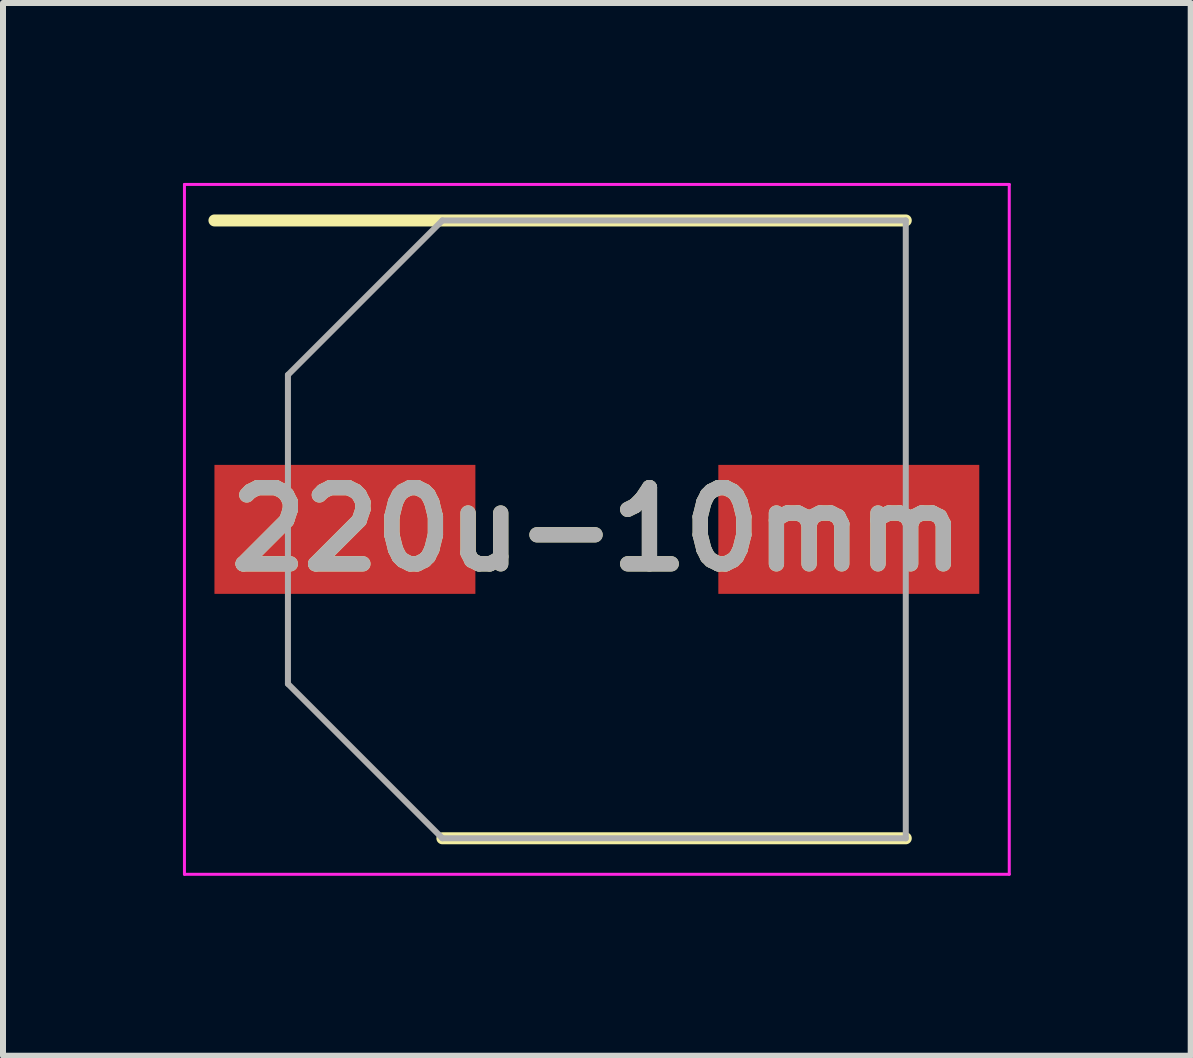
<source format=kicad_pcb>
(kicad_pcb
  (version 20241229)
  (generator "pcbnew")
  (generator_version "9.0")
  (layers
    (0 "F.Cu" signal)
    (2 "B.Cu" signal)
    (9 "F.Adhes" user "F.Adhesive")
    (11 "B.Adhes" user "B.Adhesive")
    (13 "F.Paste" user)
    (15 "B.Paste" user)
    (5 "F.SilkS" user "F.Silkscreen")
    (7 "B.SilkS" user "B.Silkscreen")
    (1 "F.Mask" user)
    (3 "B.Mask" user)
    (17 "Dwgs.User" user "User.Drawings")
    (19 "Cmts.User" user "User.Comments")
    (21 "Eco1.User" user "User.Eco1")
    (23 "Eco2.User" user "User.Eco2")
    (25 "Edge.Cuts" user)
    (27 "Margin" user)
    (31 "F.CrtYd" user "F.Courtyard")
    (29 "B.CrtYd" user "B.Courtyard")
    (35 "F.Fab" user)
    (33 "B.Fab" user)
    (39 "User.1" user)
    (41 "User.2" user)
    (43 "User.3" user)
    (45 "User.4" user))
  (footprint "220u-10mm"
    (layer "F.Cu")
    (at 6.9 5.775)
    (property "Reference" "220u-10mm" (at 0 0 0) (layer "F.SilkS") (effects (font (size 1.27 1.27) (thickness 0.254))))
    (attr smd)
    (fp_line (start -6.375 -5.15) (end 5.15 -5.15) (stroke (width 0.2) (type solid)) (layer "F.SilkS"))
    (fp_line (start -2.575 5.15) (end 5.15 5.15) (stroke (width 0.2) (type solid)) (layer "F.SilkS"))
    (fp_line (start -6.875 -5.75) (end 6.875 -5.75) (stroke (width 0.05) (type solid)) (layer "F.CrtYd"))
    (fp_line (start -6.875 5.75) (end -6.875 -5.75) (stroke (width 0.05) (type solid)) (layer "F.CrtYd"))
    (fp_line (start 6.875 -5.75) (end 6.875 5.75) (stroke (width 0.05) (type solid)) (layer "F.CrtYd"))
    (fp_line (start 6.875 5.75) (end -6.875 5.75) (stroke (width 0.05) (type solid)) (layer "F.CrtYd"))
    (fp_line (start -5.15 -2.575) (end -5.15 2.575) (stroke (width 0.1) (type solid)) (layer "F.Fab"))
    (fp_line (start -5.15 2.575) (end -2.575 5.15) (stroke (width 0.1) (type solid)) (layer "F.Fab"))
    (fp_line (start -2.575 -5.15) (end -5.15 -2.575) (stroke (width 0.1) (type solid)) (layer "F.Fab"))
    (fp_line (start -2.575 5.15) (end 5.15 5.15) (stroke (width 0.1) (type solid)) (layer "F.Fab"))
    (fp_line (start 5.15 -5.15) (end -2.575 -5.15) (stroke (width 0.1) (type solid)) (layer "F.Fab"))
    (fp_line (start 5.15 5.15) (end 5.15 -5.15) (stroke (width 0.1) (type solid)) (layer "F.Fab"))
    (fp_text user "${REFERENCE}" (at 0 0 0) (layer "F.Fab") (effects (font (size 1.27 1.27) (thickness 0.254))))
    (pad "1" smd rect (at -4.2 0 90) (size 2.15 4.35) (layers "F.Cu" "F.Mask" "F.Paste"))
    (pad "2" smd rect (at 4.2 0 90) (size 2.15 4.35) (layers "F.Cu" "F.Mask" "F.Paste")))
  (gr_rect
    (start -3 -3)
    (end 16.8 14.55)
    (stroke (width 0.1) (type default))
    (fill no)
    (layer "Edge.Cuts")))
</source>
